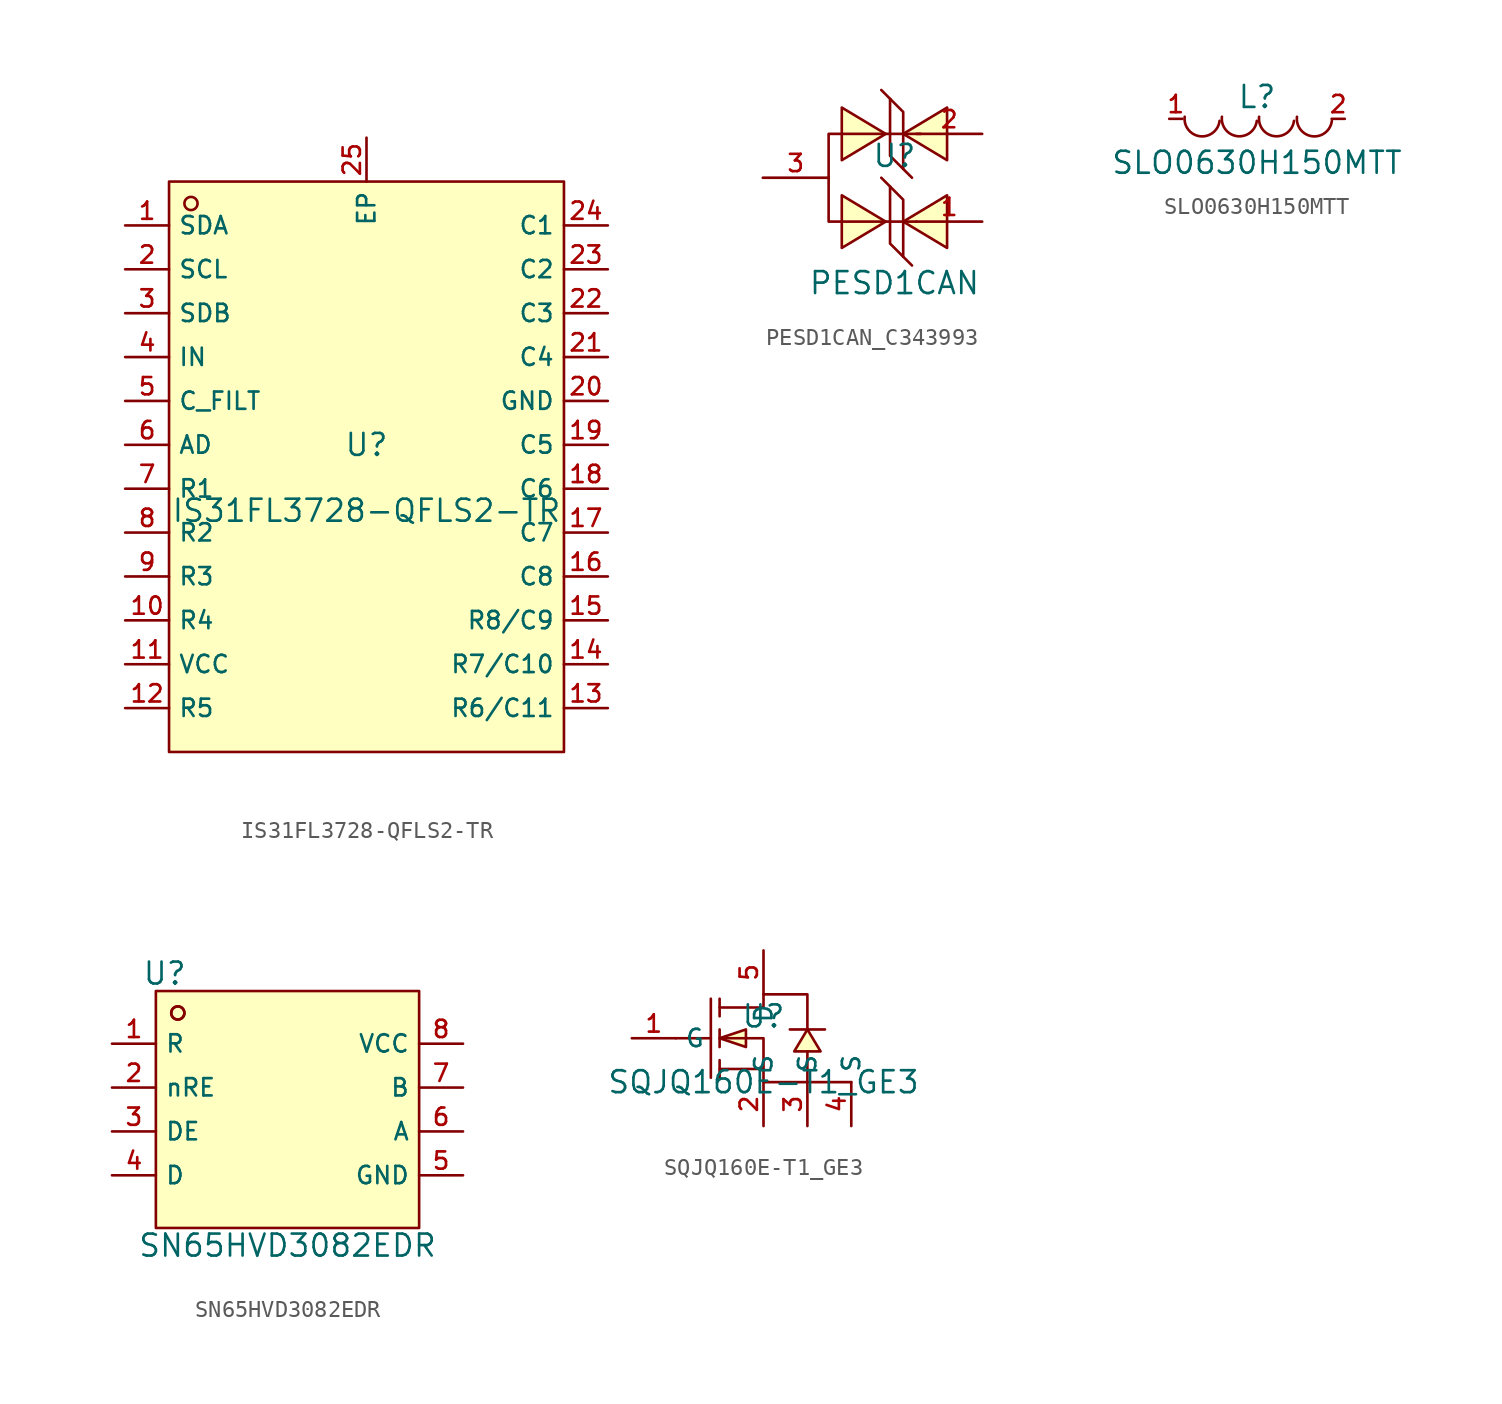
<source format=kicad_sym>
(kicad_symbol_lib
  (version 20231120)
  (generator "kicad_symbol_editor")
  (generator_version "8.0")
  (symbol "IS31FL3728-QFLS2-TR"
    (property "Reference" "U"
      (at 0 1.27 0)
      (effects (font (size 1.27 1.27))))
    (property "Value" "IS31FL3728-QFLS2-TR"
      (at 0 -2.54 0)
      (effects (font (size 1.27 1.27))))
    (symbol "IS31FL3728-QFLS2-TR_0_1"
      (rectangle (start -11.43 16.51) (end 11.43 -16.51) (stroke (width 0) (type default) (color 0 0 0 0)) (fill (type background)))
      (circle (center -10.16 15.24) (radius 0.381) (stroke (width 0) (type default) (color 0 0 0 0)) (fill (type background)))
      (pin unspecified line (at -13.97 13.97 0) (length 2.54) (name "SDA" (effects (font (size 1 1)))) (number "1" (effects (font (size 1 1)))))
      (pin unspecified line (at -13.97 11.43 0) (length 2.54) (name "SCL" (effects (font (size 1 1)))) (number "2" (effects (font (size 1 1)))))
      (pin unspecified line (at -13.97 8.89 0) (length 2.54) (name "SDB" (effects (font (size 1 1)))) (number "3" (effects (font (size 1 1)))))
      (pin unspecified line (at -13.97 6.35 0) (length 2.54) (name "IN" (effects (font (size 1 1)))) (number "4" (effects (font (size 1 1)))))
      (pin unspecified line (at -13.97 3.81 0) (length 2.54) (name "C_FILT" (effects (font (size 1 1)))) (number "5" (effects (font (size 1 1)))))
      (pin unspecified line (at -13.97 1.27 0) (length 2.54) (name "AD" (effects (font (size 1 1)))) (number "6" (effects (font (size 1 1)))))
      (pin unspecified line (at -13.97 -1.27 0) (length 2.54) (name "R1" (effects (font (size 1 1)))) (number "7" (effects (font (size 1 1)))))
      (pin unspecified line (at -13.97 -3.81 0) (length 2.54) (name "R2" (effects (font (size 1 1)))) (number "8" (effects (font (size 1 1)))))
      (pin unspecified line (at -13.97 -6.35 0) (length 2.54) (name "R3" (effects (font (size 1 1)))) (number "9" (effects (font (size 1 1)))))
      (pin unspecified line (at -13.97 -8.89 0) (length 2.54) (name "R4" (effects (font (size 1 1)))) (number "10" (effects (font (size 1 1)))))
      (pin unspecified line (at -13.97 -11.43 0) (length 2.54) (name "VCC" (effects (font (size 1 1)))) (number "11" (effects (font (size 1 1)))))
      (pin unspecified line (at -13.97 -13.97 0) (length 2.54) (name "R5" (effects (font (size 1 1)))) (number "12" (effects (font (size 1 1)))))
      (pin unspecified line (at 13.97 -13.97 180) (length 2.54) (name "R6/C11" (effects (font (size 1 1)))) (number "13" (effects (font (size 1 1)))))
      (pin unspecified line (at 13.97 -11.43 180) (length 2.54) (name "R7/C10" (effects (font (size 1 1)))) (number "14" (effects (font (size 1 1)))))
      (pin unspecified line (at 13.97 -8.89 180) (length 2.54) (name "R8/C9" (effects (font (size 1 1)))) (number "15" (effects (font (size 1 1)))))
      (pin unspecified line (at 13.97 -6.35 180) (length 2.54) (name "C8" (effects (font (size 1 1)))) (number "16" (effects (font (size 1 1)))))
      (pin unspecified line (at 13.97 -3.81 180) (length 2.54) (name "C7" (effects (font (size 1 1)))) (number "17" (effects (font (size 1 1)))))
      (pin unspecified line (at 13.97 -1.27 180) (length 2.54) (name "C6" (effects (font (size 1 1)))) (number "18" (effects (font (size 1 1)))))
      (pin unspecified line (at 13.97 1.27 180) (length 2.54) (name "C5" (effects (font (size 1 1)))) (number "19" (effects (font (size 1 1)))))
      (pin unspecified line (at 13.97 3.81 180) (length 2.54) (name "GND" (effects (font (size 1 1)))) (number "20" (effects (font (size 1 1)))))
      (pin unspecified line (at 13.97 6.35 180) (length 2.54) (name "C4" (effects (font (size 1 1)))) (number "21" (effects (font (size 1 1)))))
      (pin unspecified line (at 13.97 8.89 180) (length 2.54) (name "C3" (effects (font (size 1 1)))) (number "22" (effects (font (size 1 1)))))
      (pin unspecified line (at 13.97 11.43 180) (length 2.54) (name "C2" (effects (font (size 1 1)))) (number "23" (effects (font (size 1 1)))))
      (pin unspecified line (at 13.97 13.97 180) (length 2.54) (name "C1" (effects (font (size 1 1)))) (number "24" (effects (font (size 1 1)))))
      (pin unspecified line (at 0.0 19.05 270) (length 2.54) (name "EP" (effects (font (size 1 1)))) (number "25" (effects (font (size 1 1)))))))
  (symbol "PESD1CAN_C343993"
    (pin_names hide)
    (property "Reference" "U"
      (at 0 1.27 0)
      (effects (font (size 1.27 1.27))))
    (property "Value" "PESD1CAN"
      (at 0 -6.096 0)
      (effects (font (size 1.27 1.27))))
    (symbol "PESD1CAN_C343993_0_1"
      (polyline (pts (xy -3.048 -4.064) (xy -0.508 -2.54) (xy -3.048 -1.016) (xy -3.048 -4.064)) (stroke (width 0) (type default)) (fill (type background)))
      (polyline (pts (xy -3.048 1.016) (xy -0.508 2.54) (xy -3.048 4.064) (xy -3.048 1.016)) (stroke (width 0) (type default)) (fill (type background)))
      (polyline (pts (xy 1.27 -2.54) (xy -3.81 -2.54) (xy -3.81 2.54) (xy 1.524 2.54)) (stroke (width 0) (type default)) (fill (type none)))
      (polyline (pts (xy 3.048 -1.016) (xy 0.508 -2.54) (xy 3.048 -4.064) (xy 3.048 -1.016)) (stroke (width 0) (type default)) (fill (type background)))
      (polyline (pts (xy 3.048 4.064) (xy 0.508 2.54) (xy 3.048 1.016) (xy 3.048 4.064)) (stroke (width 0) (type default)) (fill (type background)))
      (polyline (pts (xy -0.254 -3.81) (xy 0.508 -4.572) (xy 0 -4.064) (xy -0.254 -3.81) (xy -0.254 -0.508) (xy -0.508 -0.254) (xy -0.762 0)) (stroke (width 0) (type default)) (fill (type none)))
      (polyline (pts (xy -0.254 1.27) (xy 0.508 0.508) (xy 0 1.016) (xy -0.254 1.27) (xy -0.254 4.572) (xy -0.508 4.826) (xy -0.762 5.08)) (stroke (width 0) (type default)) (fill (type none)))
      (polyline (pts (xy 1.016 -5.08) (xy 0.762 -4.826) (xy 0.508 -4.572) (xy 0.508 -1.27) (xy 0.508 -1.27) (xy 0.254 -1.016) (xy -0.254 -0.508)) (stroke (width 0) (type default)) (fill (type none)))
      (polyline (pts (xy 1.016 0) (xy 0.762 0.254) (xy 0.508 0.508) (xy 0.508 3.81) (xy 0.508 3.81) (xy 0.254 4.064) (xy -0.254 4.572)) (stroke (width 0) (type default)) (fill (type none))))
    (symbol "PESD1CAN_C343993_1_1"
      (pin passive line (at 5.08 -2.54 180) (length 3.81) (name "K" (effects (font (size 1 1)))) (number "1" (effects (font (size 1 1)))))
      (pin passive line (at 5.08 2.54 180) (length 3.81) (name "K" (effects (font (size 1 1)))) (number "2" (effects (font (size 1 1)))))
      (pin passive line (at -7.62 0 0) (length 3.81) (name "A" (effects (font (size 1 1)))) (number "3" (effects (font (size 1 1)))))))
  (symbol "SLO0630H150MTT"
    (pin_names hide)
    (property "Reference" "L"
      (at 0 1.27 0)
      (effects (font (size 1.27 1.27))))
    (property "Value" "SLO0630H150MTT"
      (at 0 -2.54 0)
      (effects (font (size 1.27 1.27))))
    (symbol "SLO0630H150MTT_0_1"
      (arc (start -4.1842 0.1178) (mid -3.2928 -1.0092) (end -2.1659 -0.1177) (stroke (width 0) (type default)) (fill (type none)))
      (arc (start -2.0295 0.1171) (mid -1.138 -1.0097) (end -0.0112 -0.1183) (stroke (width 0) (type default)) (fill (type none)))
      (arc (start 0.1211 0.1171) (mid 1.0125 -1.0096) (end 2.1394 -0.1183) (stroke (width 0) (type default)) (fill (type none)))
      (arc (start 2.3139 0.1177) (mid 3.2053 -1.0092) (end 4.3322 -0.1178) (stroke (width 0) (type default)) (fill (type none))))
    (symbol "SLO0630H150MTT_1_1"
      (pin passive line (at -5.08 0 0) (length 0.762) (name "1" (effects (font (size 1 1)))) (number "1" (effects (font (size 1 1)))))
      (pin passive line (at 5.08 0 180) (length 0.762) (name "2" (effects (font (size 1 1)))) (number "2" (effects (font (size 1 1)))))))
  (symbol "SN65HVD3082EDR"
    (property "Reference" "U"
      (at -7.112 7.874 0)
      (effects (font (size 1.27 1.27))))
    (property "Value" "SN65HVD3082EDR"
      (at 0 -7.874 0)
      (effects (font (size 1.27 1.27))))
    (symbol "SN65HVD3082EDR_0_1"
      (rectangle (start -7.62 6.858) (end 7.62 -6.858) (stroke (width 0) (type default)) (fill (type background)))
      (circle (center -6.35 5.588) (radius 0.381) (stroke (width 0) (type default)) (fill (type background)))
      (circle (center -6.35 5.588) (radius 0.381) (stroke (width 0) (type default)) (fill (type background)))
      (pin output line (at -10.16 3.81 0) (length 2.54) (name "R" (effects (font (size 1 1)))) (number "1" (effects (font (size 1 1)))))
      (pin input line (at -10.16 1.27 0) (length 2.54) (name "nRE" (effects (font (size 1 1)))) (number "2" (effects (font (size 1 1)))))
      (pin input line (at -10.16 -1.27 0) (length 2.54) (name "DE" (effects (font (size 1 1)))) (number "3" (effects (font (size 1 1)))))
      (pin input line (at -10.16 -3.81 0) (length 2.54) (name "D" (effects (font (size 1 1)))) (number "4" (effects (font (size 1 1)))))
      (pin power_in line (at 10.16 -3.81 180) (length 2.54) (name "GND" (effects (font (size 1 1)))) (number "5" (effects (font (size 1 1)))))
      (pin bidirectional line (at 10.16 -1.27 180) (length 2.54) (name "A" (effects (font (size 1 1)))) (number "6" (effects (font (size 1 1)))))
      (pin power_out line (at 10.16 1.27 180) (length 2.54) (name "B" (effects (font (size 1 1)))) (number "7" (effects (font (size 1 1)))))
      (pin power_in line (at 10.16 3.81 180) (length 2.54) (name "VCC" (effects (font (size 1 1)))) (number "8" (effects (font (size 1 1)))))))
  (symbol "SQJQ160E-T1_GE3"
    (property "Reference" "U"
      (at 0 1.27 0)
      (effects (font (size 1.27 1.27))))
    (property "Value" "SQJQ160E-T1_GE3"
      (at 0 -2.54 0)
      (effects (font (size 1.27 1.27))))
    (symbol "SQJQ160E-T1_GE3_0_1"
      (pin unspecified line (at 5.08 -5.08 90) (length 2.54) (name "S" (effects (font (size 1 1)))) (number "4" (effects (font (size 1 1)))))
      (pin unspecified line (at 2.54 -5.08 90) (length 2.54) (name "S" (effects (font (size 1 1)))) (number "3" (effects (font (size 1 1)))))
      (pin unspecified line (at 0.0 -5.08 90) (length 2.54) (name "S" (effects (font (size 1 1)))) (number "2" (effects (font (size 1 1)))))
      (pin unspecified line (at -7.62 -0.0 0) (length 2.54) (name "G" (effects (font (size 1 1)))) (number "1" (effects (font (size 1 1)))))
      (pin unspecified line (at 0.0 5.08 270) (length 2.54) (name "D" (effects (font (size 1 1)))) (number "5" (effects (font (size 1 1)))))
      (polyline (pts (xy 1.524 0.508) (xy 2.032 0.508) (xy 3.048 0.508) (xy 3.556 0.508)) (stroke (width 0) (type default) (color 0 0 0 0)) (fill (type none)))
      (polyline (pts (xy -5.08 -0.0) (xy -3.048 -0.0)) (stroke (width 0) (type default) (color 0 0 0 0)) (fill (type none)))
      (polyline (pts (xy -2.54 -2.286) (xy -2.54 -1.27)) (stroke (width 0) (type default) (color 0 0 0 0)) (fill (type none)))
      (polyline (pts (xy -2.54 -0.508) (xy -2.54 0.508)) (stroke (width 0) (type default) (color 0 0 0 0)) (fill (type none)))
      (polyline (pts (xy -2.54 2.286) (xy -2.54 1.27)) (stroke (width 0) (type default) (color 0 0 0 0)) (fill (type none)))
      (polyline (pts (xy -3.048 2.286) (xy -3.048 -2.286)) (stroke (width 0) (type default) (color 0 0 0 0)) (fill (type none)))
      (polyline (pts (xy 0.0 -1.778) (xy -2.54 -1.778)) (stroke (width 0) (type default) (color 0 0 0 0)) (fill (type none)))
      (polyline (pts (xy -2.54 -0.0) (xy 0.0 -0.0) (xy 0.0 -2.54) (xy 5.08 -2.54) (xy 2.54 -2.54) (xy 2.54 -0.762)) (stroke (width 0) (type default) (color 0 0 0 0)) (fill (type none)))
      (polyline (pts (xy -2.54 1.778) (xy 0.0 1.778) (xy 0.0 2.54) (xy 2.54 2.54) (xy 2.54 0.508)) (stroke (width 0) (type default) (color 0 0 0 0)) (fill (type none)))
      (polyline (pts (xy 2.54 0.508) (xy 3.302 -0.762) (xy 1.778 -0.762) (xy 2.54 0.508)) (stroke (width 0) (type default) (color 0 0 0 0)) (fill (type background)))
      (polyline (pts (xy -2.54 -0.0) (xy -1.016 -0.508) (xy -1.016 0.508) (xy -2.54 -0.0)) (stroke (width 0) (type default) (color 0 0 0 0)) (fill (type background))))))
</source>
